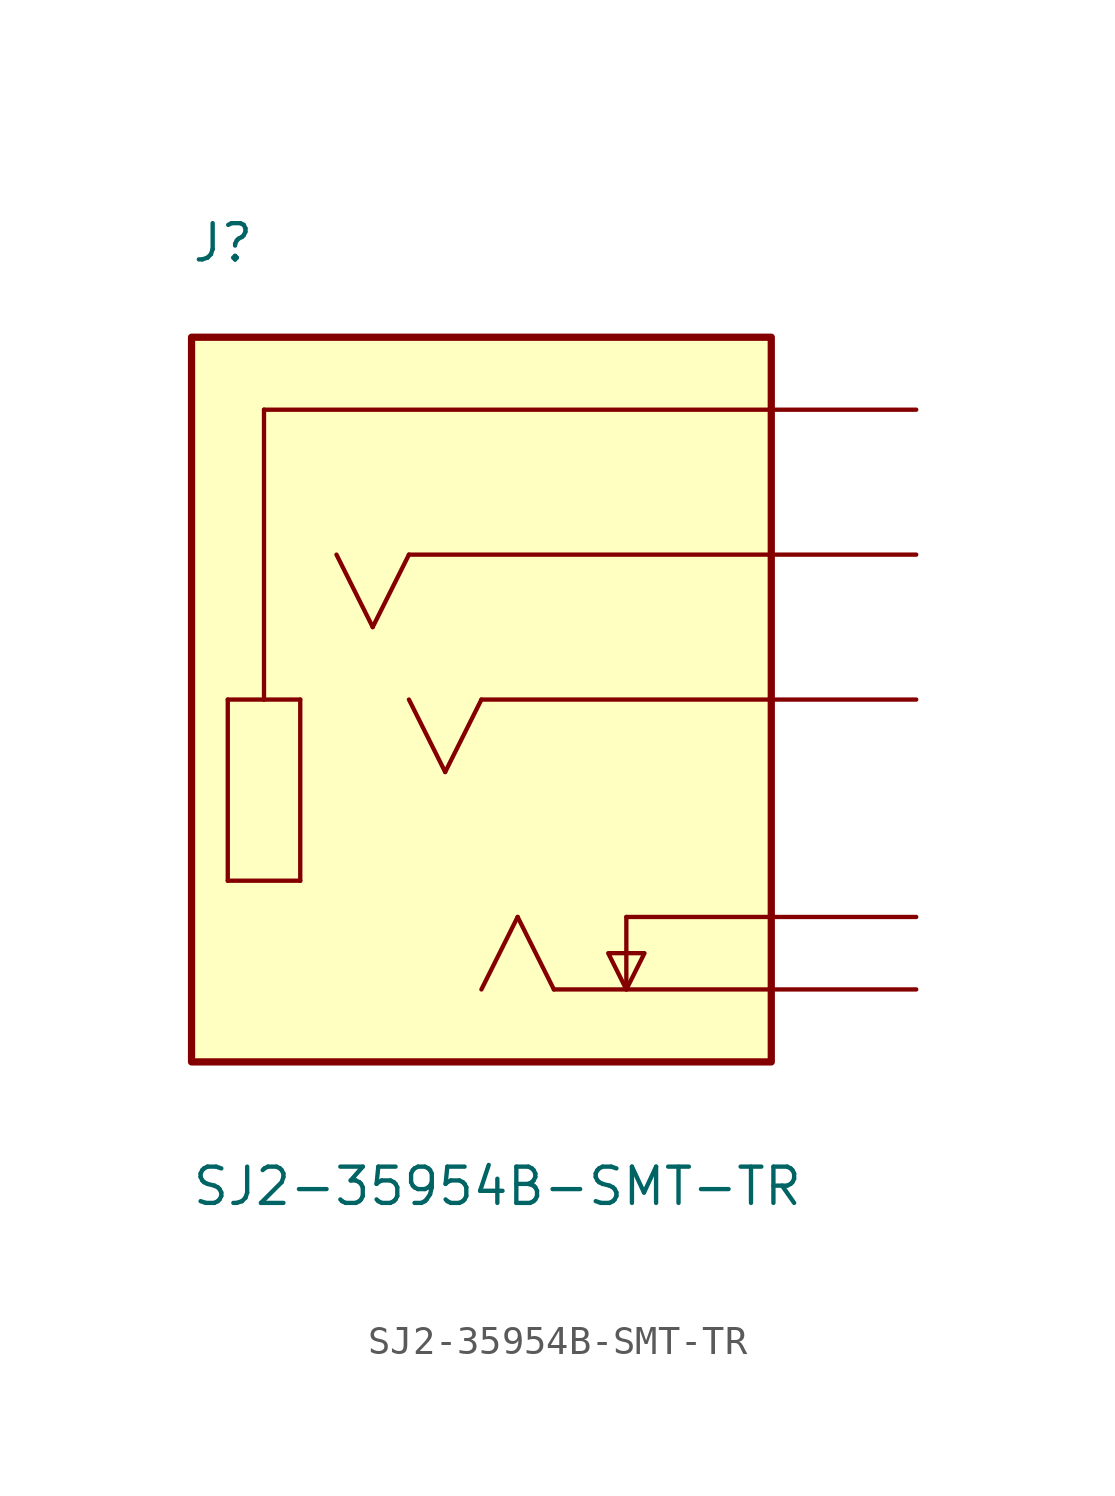
<source format=kicad_sym>
(kicad_symbol_lib
  (version 20241209)
  (generator "kicad_symbol_editor")
  (generator_version "9.0")
  (symbol "SJ2-35954B-SMT-TR"
    (pin_numbers
      (hide yes))
    (pin_names
      (offset 1.016)
      (hide yes))
    (property "Reference" "J"
      (at -10.185 15.265 0)
      (effects (font (size 1.27 1.27)) (justify left bottom)))
    (property "Value" "SJ2-35954B-SMT-TR"
      (at -10.185 -17.805 0)
      (effects (font (size 1.27 1.27)) (justify left bottom)))
    (property "ki_locked" ""
      (at 0 0 0)
      (effects (font (size 1.27 1.27))))
    (symbol "SJ2-35954B-SMT-TR_0_0"
      (rectangle (start -10.16 -12.7) (end 10.16 12.7) (stroke (width 0.254) (type solid)) (fill (type background)))
      (polyline (pts (xy -8.89 0) (xy -7.62 0)) (stroke (width 0.152) (type solid)) (fill (type none)))
      (polyline (pts (xy -8.89 -6.35) (xy -8.89 0)) (stroke (width 0.152) (type solid)) (fill (type none)))
      (polyline (pts (xy -7.62 10.16) (xy -7.62 0)) (stroke (width 0.152) (type solid)) (fill (type none)))
      (polyline (pts (xy -7.62 0) (xy -6.35 0)) (stroke (width 0.152) (type solid)) (fill (type none)))
      (polyline (pts (xy -6.35 0) (xy -6.35 -6.35)) (stroke (width 0.152) (type solid)) (fill (type none)))
      (polyline (pts (xy -6.35 -6.35) (xy -8.89 -6.35)) (stroke (width 0.152) (type solid)) (fill (type none)))
      (polyline (pts (xy -3.81 2.54) (xy -5.08 5.08)) (stroke (width 0.152) (type solid)) (fill (type none)))
      (polyline (pts (xy -2.54 5.08) (xy -3.81 2.54)) (stroke (width 0.152) (type solid)) (fill (type none)))
      (polyline (pts (xy -1.27 -2.54) (xy -2.54 0)) (stroke (width 0.152) (type solid)) (fill (type none)))
      (polyline (pts (xy 0 0) (xy -1.27 -2.54)) (stroke (width 0.152) (type solid)) (fill (type none)))
      (polyline (pts (xy 1.27 -7.62) (xy 0 -10.16)) (stroke (width 0.152) (type solid)) (fill (type none)))
      (polyline (pts (xy 2.54 -10.16) (xy 1.27 -7.62)) (stroke (width 0.152) (type solid)) (fill (type none)))
      (polyline (pts (xy 5.08 -7.62) (xy 5.08 -10.16)) (stroke (width 0.152) (type solid)) (fill (type none)))
      (polyline (pts (xy 5.08 -10.16) (xy 4.445 -8.89) (xy 5.715 -8.89) (xy 5.08 -10.16)) (stroke (width 0.152) (type solid)) (fill (type background)))
      (polyline (pts (xy 10.16 10.16) (xy -7.62 10.16)) (stroke (width 0.152) (type solid)) (fill (type none)))
      (polyline (pts (xy 10.16 5.08) (xy -2.54 5.08)) (stroke (width 0.152) (type solid)) (fill (type none)))
      (polyline (pts (xy 10.16 0) (xy 0 0)) (stroke (width 0.152) (type solid)) (fill (type none)))
      (polyline (pts (xy 10.16 -7.62) (xy 5.08 -7.62)) (stroke (width 0.152) (type solid)) (fill (type none)))
      (polyline (pts (xy 10.16 -10.16) (xy 2.54 -10.16)) (stroke (width 0.152) (type solid)) (fill (type none)))
      (pin passive line (at 15.24 10.16 180) (length 5.08) (name "~" (effects (font (size 1.016 1.016)))) (number "1" (effects (font (size 1.016 1.016)))))
      (pin passive line (at 15.24 5.08 180) (length 5.08) (name "~" (effects (font (size 1.016 1.016)))) (number "4" (effects (font (size 1.016 1.016)))))
      (pin passive line (at 15.24 0 180) (length 5.08) (name "~" (effects (font (size 1.016 1.016)))) (number "3" (effects (font (size 1.016 1.016)))))
      (pin passive line (at 15.24 -7.62 180) (length 5.08) (name "~" (effects (font (size 1.016 1.016)))) (number "10" (effects (font (size 1.016 1.016)))))
      (pin passive line (at 15.24 -10.16 180) (length 5.08) (name "~" (effects (font (size 1.016 1.016)))) (number "2" (effects (font (size 1.016 1.016))))))))
</source>
